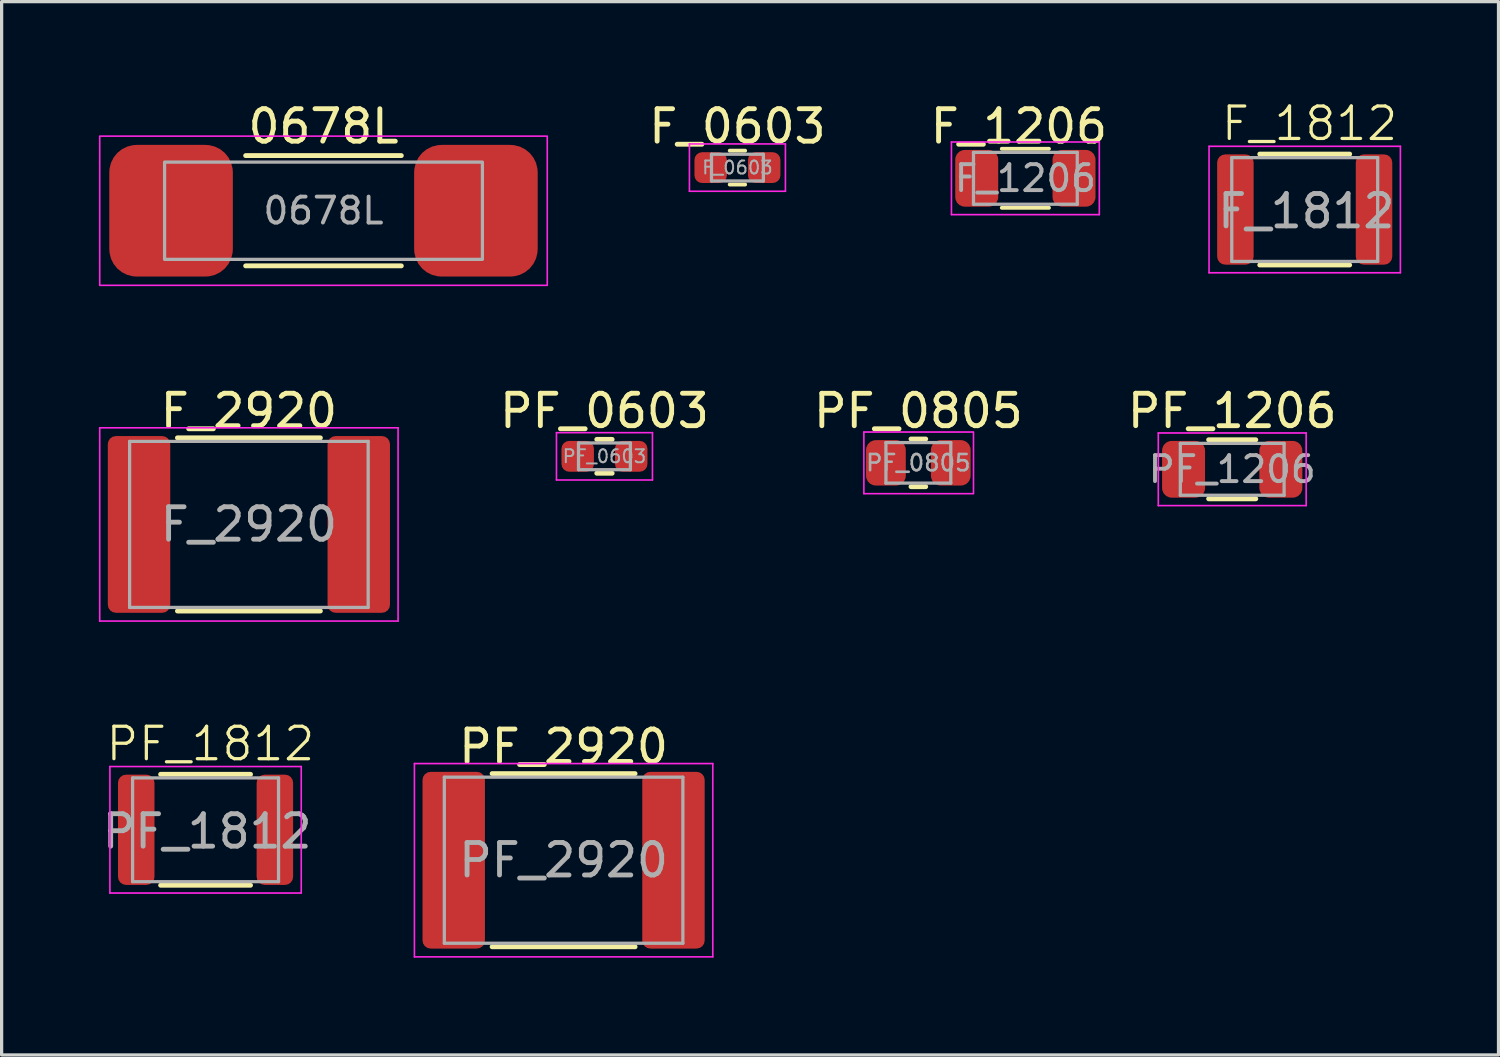
<source format=kicad_pcb>
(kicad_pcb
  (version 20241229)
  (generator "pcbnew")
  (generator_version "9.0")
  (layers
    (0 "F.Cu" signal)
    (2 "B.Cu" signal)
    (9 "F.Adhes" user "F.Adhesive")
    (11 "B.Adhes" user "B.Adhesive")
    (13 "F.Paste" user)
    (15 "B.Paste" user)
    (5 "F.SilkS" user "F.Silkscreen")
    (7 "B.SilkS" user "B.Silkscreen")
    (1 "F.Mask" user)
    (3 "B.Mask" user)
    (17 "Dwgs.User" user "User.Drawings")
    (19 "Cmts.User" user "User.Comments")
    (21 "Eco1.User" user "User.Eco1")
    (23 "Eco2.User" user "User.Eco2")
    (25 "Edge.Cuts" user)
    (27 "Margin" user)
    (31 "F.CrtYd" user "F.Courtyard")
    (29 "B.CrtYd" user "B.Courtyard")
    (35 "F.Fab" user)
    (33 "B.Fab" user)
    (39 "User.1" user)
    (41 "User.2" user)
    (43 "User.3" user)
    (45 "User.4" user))
  (footprint "F_1812"
    (layer "F.Cu")
    (at 37.232 3.361)
    (property "Reference" "F_1812" (at 0.1 -2.6 0) (unlocked yes) (layer "F.SilkS") (effects (font (size 1 1) (thickness 0.1))))
    (attr smd)
    (fp_line (start -1.436 -1.66) (end 1.336 -1.66) (stroke (width 0.15) (type solid)) (layer "F.SilkS"))
    (fp_line (start -1.436 1.76) (end 1.336 1.76) (stroke (width 0.15) (type solid)) (layer "F.SilkS"))
    (fp_line (start -3 -1.9) (end 2.9 -1.9) (stroke (width 0.05) (type solid)) (layer "F.CrtYd"))
    (fp_line (start -3 2) (end -3 -1.9) (stroke (width 0.05) (type solid)) (layer "F.CrtYd"))
    (fp_line (start 2.9 -1.9) (end 2.9 2) (stroke (width 0.05) (type solid)) (layer "F.CrtYd"))
    (fp_line (start 2.9 2) (end -3 2) (stroke (width 0.05) (type solid)) (layer "F.CrtYd"))
    (fp_line (start -2.3 -1.55) (end 2.2 -1.55) (stroke (width 0.1) (type solid)) (layer "F.Fab"))
    (fp_line (start -2.3 1.65) (end -2.3 -1.55) (stroke (width 0.1) (type solid)) (layer "F.Fab"))
    (fp_line (start 2.2 -1.55) (end 2.2 1.65) (stroke (width 0.1) (type solid)) (layer "F.Fab"))
    (fp_line (start 2.2 1.65) (end -2.3 1.65) (stroke (width 0.1) (type solid)) (layer "F.Fab"))
    (fp_text user "${REFERENCE}" (at 0 0.1 0) (layer "F.Fab") (effects (font (size 1 1) (thickness 0.15))))
    (pad "1" smd roundrect (at -2.188 0.05) (size 1.125 3.4) (layers "F.Cu" "F.Mask" "F.Paste") (roundrect_rratio 0.222))
    (pad "2" smd roundrect (at 2.087 0.05) (size 1.125 3.4) (layers "F.Cu" "F.Mask" "F.Paste") (roundrect_rratio 0.222)))
  (footprint "PF_0603"
    (layer "F.Cu")
    (at 15.589 11.021)
    (property "Reference" "PF_0603" (at 0 -1.4 0) (layer "F.SilkS") (effects (font (size 1 1) (thickness 0.15))))
    (attr smd)
    (fp_line (start -0.237 -0.522) (end 0.237 -0.522) (stroke (width 0.15) (type solid)) (layer "F.SilkS"))
    (fp_line (start -0.237 0.522) (end 0.237 0.522) (stroke (width 0.15) (type solid)) (layer "F.SilkS"))
    (fp_line (start -1.48 -0.73) (end 1.48 -0.73) (stroke (width 0.05) (type solid)) (layer "F.CrtYd"))
    (fp_line (start -1.48 0.73) (end -1.48 -0.73) (stroke (width 0.05) (type solid)) (layer "F.CrtYd"))
    (fp_line (start 1.48 -0.73) (end 1.48 0.73) (stroke (width 0.05) (type solid)) (layer "F.CrtYd"))
    (fp_line (start 1.48 0.73) (end -1.48 0.73) (stroke (width 0.05) (type solid)) (layer "F.CrtYd"))
    (fp_line (start -0.8 -0.412) (end 0.8 -0.412) (stroke (width 0.1) (type solid)) (layer "F.Fab"))
    (fp_line (start -0.8 0.412) (end -0.8 -0.412) (stroke (width 0.1) (type solid)) (layer "F.Fab"))
    (fp_line (start 0.8 -0.412) (end 0.8 0.412) (stroke (width 0.1) (type solid)) (layer "F.Fab"))
    (fp_line (start 0.8 0.412) (end -0.8 0.412) (stroke (width 0.1) (type solid)) (layer "F.Fab"))
    (fp_text user "${REFERENCE}" (at 0 0 0) (layer "F.Fab") (effects (font (size 0.4 0.4) (thickness 0.06))))
    (pad "1" smd roundrect (at -0.825 0) (size 1 0.95) (layers "F.Cu" "F.Mask" "F.Paste") (roundrect_rratio 0.25))
    (pad "2" smd roundrect (at 0.825 0) (size 1 0.95) (layers "F.Cu" "F.Mask" "F.Paste") (roundrect_rratio 0.25)))
  (footprint "0678L"
    (layer "F.Cu")
    (at 6.925 3.448)
    (property "Reference" "0678L" (at 0 -2.6 0) (layer "F.SilkS") (effects (font (size 1 1) (thickness 0.15))))
    (attr smd)
    (fp_line (start -2.4 -1.7) (end 2.4 -1.7) (stroke (width 0.15) (type solid)) (layer "F.SilkS"))
    (fp_line (start -2.4 1.7) (end 2.4 1.7) (stroke (width 0.15) (type solid)) (layer "F.SilkS"))
    (fp_rect (start -6.9 -2.3) (end 6.9 2.3) (stroke (width 0.05) (type default)) (fill no) (layer "F.CrtYd"))
    (fp_rect (start -4.9 -1.5) (end 4.9 1.5) (stroke (width 0.1) (type default)) (fill no) (layer "F.Fab"))
    (fp_text user "${REFERENCE}" (at 0 0 0) (layer "F.Fab") (effects (font (size 0.8 0.8) (thickness 0.12))))
    (pad "1" smd roundrect (at -4.7 0) (size 3.81 4.06) (layers "F.Cu" "F.Mask" "F.Paste") (roundrect_rratio 0.222))
    (pad "2" smd roundrect (at 4.7 0) (size 3.81 4.06) (layers "F.Cu" "F.Mask" "F.Paste") (roundrect_rratio 0.222)))
  (footprint "PF_1812"
    (layer "F.Cu")
    (at 3.339 22.487)
    (property "Reference" "PF_1812" (at 0.1 -2.6 0) (unlocked yes) (layer "F.SilkS") (effects (font (size 1 1) (thickness 0.1))))
    (attr smd)
    (fp_line (start -1.436 -1.66) (end 1.336 -1.66) (stroke (width 0.15) (type solid)) (layer "F.SilkS"))
    (fp_line (start -1.436 1.76) (end 1.336 1.76) (stroke (width 0.15) (type solid)) (layer "F.SilkS"))
    (fp_line (start -3 -1.9) (end 2.9 -1.9) (stroke (width 0.05) (type solid)) (layer "F.CrtYd"))
    (fp_line (start -3 2) (end -3 -1.9) (stroke (width 0.05) (type solid)) (layer "F.CrtYd"))
    (fp_line (start 2.9 -1.9) (end 2.9 2) (stroke (width 0.05) (type solid)) (layer "F.CrtYd"))
    (fp_line (start 2.9 2) (end -3 2) (stroke (width 0.05) (type solid)) (layer "F.CrtYd"))
    (fp_line (start -2.3 -1.55) (end 2.2 -1.55) (stroke (width 0.1) (type solid)) (layer "F.Fab"))
    (fp_line (start -2.3 1.65) (end -2.3 -1.55) (stroke (width 0.1) (type solid)) (layer "F.Fab"))
    (fp_line (start 2.2 -1.55) (end 2.2 1.65) (stroke (width 0.1) (type solid)) (layer "F.Fab"))
    (fp_line (start 2.2 1.65) (end -2.3 1.65) (stroke (width 0.1) (type solid)) (layer "F.Fab"))
    (fp_text user "${REFERENCE}" (at 0 0.1 0) (layer "F.Fab") (effects (font (size 1 1) (thickness 0.15))))
    (pad "1" smd roundrect (at -2.188 0.05) (size 1.125 3.4) (layers "F.Cu" "F.Mask" "F.Paste") (roundrect_rratio 0.222))
    (pad "2" smd roundrect (at 2.087 0.05) (size 1.125 3.4) (layers "F.Cu" "F.Mask" "F.Paste") (roundrect_rratio 0.222)))
  (footprint "F_0603"
    (layer "F.Cu")
    (at 19.689 2.118)
    (property "Reference" "F_0603" (at 0 -1.27 0) (layer "F.SilkS") (effects (font (size 1 1) (thickness 0.15))))
    (attr through_hole)
    (fp_line (start -0.237 -0.522) (end 0.237 -0.522) (stroke (width 0.12) (type solid)) (layer "F.SilkS"))
    (fp_line (start -0.237 0.522) (end 0.237 0.522) (stroke (width 0.12) (type solid)) (layer "F.SilkS"))
    (fp_line (start -1.48 -0.73) (end 1.48 -0.73) (stroke (width 0.05) (type solid)) (layer "F.CrtYd"))
    (fp_line (start -1.48 0.73) (end -1.48 -0.73) (stroke (width 0.05) (type solid)) (layer "F.CrtYd"))
    (fp_line (start 1.48 -0.73) (end 1.48 0.73) (stroke (width 0.05) (type solid)) (layer "F.CrtYd"))
    (fp_line (start 1.48 0.73) (end -1.48 0.73) (stroke (width 0.05) (type solid)) (layer "F.CrtYd"))
    (fp_line (start -0.8 -0.412) (end 0.8 -0.412) (stroke (width 0.1) (type solid)) (layer "F.Fab"))
    (fp_line (start -0.8 0.412) (end -0.8 -0.412) (stroke (width 0.1) (type solid)) (layer "F.Fab"))
    (fp_line (start 0.8 -0.412) (end 0.8 0.412) (stroke (width 0.1) (type solid)) (layer "F.Fab"))
    (fp_line (start 0.8 0.412) (end -0.8 0.412) (stroke (width 0.1) (type solid)) (layer "F.Fab"))
    (fp_text user "${REFERENCE}" (at 0 0 0) (layer "F.Fab") (effects (font (size 0.4 0.4) (thickness 0.06))))
    (pad "1" smd roundrect (at -0.825 0) (size 1 0.95) (layers "F.Cu" "F.Mask" "F.Paste") (roundrect_rratio 0.25))
    (pad "2" smd roundrect (at 0.825 0) (size 1 0.95) (layers "F.Cu" "F.Mask" "F.Paste") (roundrect_rratio 0.25)))
  (footprint "F_1206"
    (layer "F.Cu")
    (at 28.568 2.448)
    (property "Reference" "F_1206" (at -0.2 -1.6 0) (layer "F.SilkS") (effects (font (size 1 1) (thickness 0.15))))
    (attr through_hole)
    (fp_line (start -0.727 -0.91) (end 0.727 -0.91) (stroke (width 0.12) (type solid)) (layer "F.SilkS"))
    (fp_line (start -0.727 0.91) (end 0.727 0.91) (stroke (width 0.12) (type solid)) (layer "F.SilkS"))
    (fp_line (start -2.28 -1.12) (end 2.28 -1.12) (stroke (width 0.05) (type solid)) (layer "F.CrtYd"))
    (fp_line (start -2.28 1.12) (end -2.28 -1.12) (stroke (width 0.05) (type solid)) (layer "F.CrtYd"))
    (fp_line (start 2.28 -1.12) (end 2.28 1.12) (stroke (width 0.05) (type solid)) (layer "F.CrtYd"))
    (fp_line (start 2.28 1.12) (end -2.28 1.12) (stroke (width 0.05) (type solid)) (layer "F.CrtYd"))
    (fp_line (start -1.6 -0.8) (end 1.6 -0.8) (stroke (width 0.1) (type solid)) (layer "F.Fab"))
    (fp_line (start -1.6 0.8) (end -1.6 -0.8) (stroke (width 0.1) (type solid)) (layer "F.Fab"))
    (fp_line (start 1.6 -0.8) (end 1.6 0.8) (stroke (width 0.1) (type solid)) (layer "F.Fab"))
    (fp_line (start 1.6 0.8) (end -1.6 0.8) (stroke (width 0.1) (type solid)) (layer "F.Fab"))
    (fp_text user "${REFERENCE}" (at 0 0 0) (layer "F.Fab") (effects (font (size 0.8 0.8) (thickness 0.12))))
    (pad "1" smd roundrect (at -1.5 0) (size 1.325 1.75) (layers "F.Cu" "F.Mask" "F.Paste") (roundrect_rratio 0.222))
    (pad "2" smd roundrect (at 1.5 0) (size 1.325 1.75) (layers "F.Cu" "F.Mask" "F.Paste") (roundrect_rratio 0.222)))
  (footprint "PF_1206"
    (layer "F.Cu")
    (at 34.946 11.421)
    (property "Reference" "PF_1206" (at 0 -1.8 0) (layer "F.SilkS") (effects (font (size 1 1) (thickness 0.15))))
    (attr smd)
    (fp_line (start -0.727 -0.91) (end 0.727 -0.91) (stroke (width 0.15) (type solid)) (layer "F.SilkS"))
    (fp_line (start -0.727 0.91) (end 0.727 0.91) (stroke (width 0.15) (type solid)) (layer "F.SilkS"))
    (fp_line (start -2.28 -1.12) (end 2.28 -1.12) (stroke (width 0.05) (type solid)) (layer "F.CrtYd"))
    (fp_line (start -2.28 1.12) (end -2.28 -1.12) (stroke (width 0.05) (type solid)) (layer "F.CrtYd"))
    (fp_line (start 2.28 -1.12) (end 2.28 1.12) (stroke (width 0.05) (type solid)) (layer "F.CrtYd"))
    (fp_line (start 2.28 1.12) (end -2.28 1.12) (stroke (width 0.05) (type solid)) (layer "F.CrtYd"))
    (fp_line (start -1.6 -0.8) (end 1.6 -0.8) (stroke (width 0.1) (type solid)) (layer "F.Fab"))
    (fp_line (start -1.6 0.8) (end -1.6 -0.8) (stroke (width 0.1) (type solid)) (layer "F.Fab"))
    (fp_line (start 1.6 -0.8) (end 1.6 0.8) (stroke (width 0.1) (type solid)) (layer "F.Fab"))
    (fp_line (start 1.6 0.8) (end -1.6 0.8) (stroke (width 0.1) (type solid)) (layer "F.Fab"))
    (fp_text user "${REFERENCE}" (at 0 0 0) (layer "F.Fab") (effects (font (size 0.8 0.8) (thickness 0.12))))
    (pad "1" smd roundrect (at -1.5 0) (size 1.325 1.75) (layers "F.Cu" "F.Mask" "F.Paste") (roundrect_rratio 0.222))
    (pad "2" smd roundrect (at 1.5 0) (size 1.325 1.75) (layers "F.Cu" "F.Mask" "F.Paste") (roundrect_rratio 0.222)))
  (footprint "PF_0805"
    (layer "F.Cu")
    (at 25.268 11.222)
    (property "Reference" "PF_0805" (at 0 -1.6 0) (layer "F.SilkS") (effects (font (size 1 1) (thickness 0.15))))
    (attr smd)
    (fp_line (start -0.227 -0.735) (end 0.227 -0.735) (stroke (width 0.15) (type solid)) (layer "F.SilkS"))
    (fp_line (start -0.227 0.735) (end 0.227 0.735) (stroke (width 0.15) (type solid)) (layer "F.SilkS"))
    (fp_line (start -1.68 -0.95) (end 1.68 -0.95) (stroke (width 0.05) (type solid)) (layer "F.CrtYd"))
    (fp_line (start -1.68 0.95) (end -1.68 -0.95) (stroke (width 0.05) (type solid)) (layer "F.CrtYd"))
    (fp_line (start 1.68 0.95) (end -1.68 0.95) (stroke (width 0.05) (type solid)) (layer "F.CrtYd"))
    (fp_line (start 1.7 -0.95) (end 1.7 0.95) (stroke (width 0.05) (type solid)) (layer "F.CrtYd"))
    (fp_line (start -1 -0.625) (end 1 -0.625) (stroke (width 0.1) (type solid)) (layer "F.Fab"))
    (fp_line (start -1 0.625) (end -1 -0.625) (stroke (width 0.1) (type solid)) (layer "F.Fab"))
    (fp_line (start 1 -0.625) (end 1 0.625) (stroke (width 0.1) (type solid)) (layer "F.Fab"))
    (fp_line (start 1 0.625) (end -1 0.625) (stroke (width 0.1) (type solid)) (layer "F.Fab"))
    (fp_text user "${REFERENCE}" (at 0 0 0) (layer "F.Fab") (effects (font (size 0.5 0.5) (thickness 0.08))))
    (pad "1" smd roundrect (at -1 0) (size 1.225 1.4) (layers "F.Cu" "F.Mask" "F.Paste") (roundrect_rratio 0.244))
    (pad "2" smd roundrect (at 1 0) (size 1.225 1.4) (layers "F.Cu" "F.Mask" "F.Paste") (roundrect_rratio 0.244)))
  (footprint "F_2920"
    (layer "F.Cu")
    (at 4.625 13.121)
    (property "Reference" "F_2920" (at 0 -3.5 0) (unlocked yes) (layer "F.SilkS") (effects (font (size 1 1) (thickness 0.15))))
    (attr smd)
    (fp_line (start -2.204 -2.67) (end 2.204 -2.67) (stroke (width 0.15) (type solid)) (layer "F.SilkS"))
    (fp_line (start -2.204 2.67) (end 2.204 2.67) (stroke (width 0.15) (type solid)) (layer "F.SilkS"))
    (fp_line (start -4.6 -2.98) (end 4.6 -2.98) (stroke (width 0.05) (type solid)) (layer "F.CrtYd"))
    (fp_line (start -4.6 2.98) (end -4.6 -2.98) (stroke (width 0.05) (type solid)) (layer "F.CrtYd"))
    (fp_line (start 4.6 -2.98) (end 4.6 2.98) (stroke (width 0.05) (type solid)) (layer "F.CrtYd"))
    (fp_line (start 4.6 2.98) (end -4.6 2.98) (stroke (width 0.05) (type solid)) (layer "F.CrtYd"))
    (fp_line (start -3.678 -2.56) (end 3.678 -2.56) (stroke (width 0.1) (type solid)) (layer "F.Fab"))
    (fp_line (start -3.678 2.56) (end -3.678 -2.56) (stroke (width 0.1) (type solid)) (layer "F.Fab"))
    (fp_line (start 3.678 -2.56) (end 3.678 2.56) (stroke (width 0.1) (type solid)) (layer "F.Fab"))
    (fp_line (start 3.678 2.56) (end -3.678 2.56) (stroke (width 0.1) (type solid)) (layer "F.Fab"))
    (fp_text user "${REFERENCE}" (at 0 0 0) (layer "F.Fab") (effects (font (size 1 1) (thickness 0.15))))
    (pad "1" smd roundrect (at -3.388 0) (size 1.925 5.45) (layers "F.Cu" "F.Mask" "F.Paste") (roundrect_rratio 0.13))
    (pad "2" smd roundrect (at 3.388 0) (size 1.925 5.45) (layers "F.Cu" "F.Mask" "F.Paste") (roundrect_rratio 0.13)))
  (footprint "PF_2920"
    (layer "F.Cu")
    (at 14.329 23.475)
    (property "Reference" "PF_2920" (at 0 -3.5 0) (unlocked yes) (layer "F.SilkS") (effects (font (size 1 1) (thickness 0.15))))
    (attr smd)
    (fp_line (start -2.204 -2.67) (end 2.204 -2.67) (stroke (width 0.15) (type solid)) (layer "F.SilkS"))
    (fp_line (start -2.204 2.67) (end 2.204 2.67) (stroke (width 0.15) (type solid)) (layer "F.SilkS"))
    (fp_line (start -4.6 -2.98) (end 4.6 -2.98) (stroke (width 0.05) (type solid)) (layer "F.CrtYd"))
    (fp_line (start -4.6 2.98) (end -4.6 -2.98) (stroke (width 0.05) (type solid)) (layer "F.CrtYd"))
    (fp_line (start 4.6 -2.98) (end 4.6 2.98) (stroke (width 0.05) (type solid)) (layer "F.CrtYd"))
    (fp_line (start 4.6 2.98) (end -4.6 2.98) (stroke (width 0.05) (type solid)) (layer "F.CrtYd"))
    (fp_line (start -3.678 -2.56) (end 3.678 -2.56) (stroke (width 0.1) (type solid)) (layer "F.Fab"))
    (fp_line (start -3.678 2.56) (end -3.678 -2.56) (stroke (width 0.1) (type solid)) (layer "F.Fab"))
    (fp_line (start 3.678 -2.56) (end 3.678 2.56) (stroke (width 0.1) (type solid)) (layer "F.Fab"))
    (fp_line (start 3.678 2.56) (end -3.678 2.56) (stroke (width 0.1) (type solid)) (layer "F.Fab"))
    (fp_text user "${REFERENCE}" (at 0 0 0) (layer "F.Fab") (effects (font (size 1 1) (thickness 0.15))))
    (pad "1" smd roundrect (at -3.388 0) (size 1.925 5.45) (layers "F.Cu" "F.Mask" "F.Paste") (roundrect_rratio 0.13))
    (pad "2" smd roundrect (at 3.388 0) (size 1.925 5.45) (layers "F.Cu" "F.Mask" "F.Paste") (roundrect_rratio 0.13)))
  (gr_rect
    (start -3 -3)
    (end 43.157 29.48)
    (stroke (width 0.1) (type default))
    (fill no)
    (layer "Edge.Cuts")))
</source>
